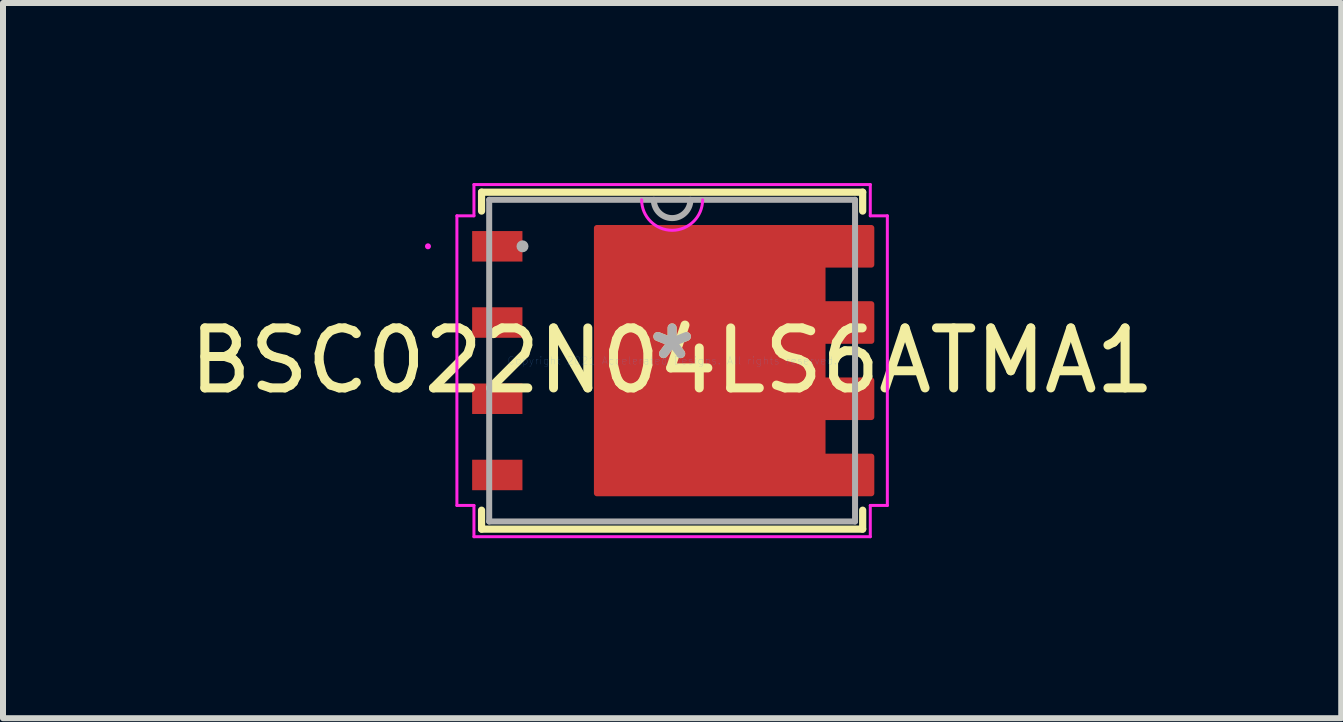
<source format=kicad_pcb>
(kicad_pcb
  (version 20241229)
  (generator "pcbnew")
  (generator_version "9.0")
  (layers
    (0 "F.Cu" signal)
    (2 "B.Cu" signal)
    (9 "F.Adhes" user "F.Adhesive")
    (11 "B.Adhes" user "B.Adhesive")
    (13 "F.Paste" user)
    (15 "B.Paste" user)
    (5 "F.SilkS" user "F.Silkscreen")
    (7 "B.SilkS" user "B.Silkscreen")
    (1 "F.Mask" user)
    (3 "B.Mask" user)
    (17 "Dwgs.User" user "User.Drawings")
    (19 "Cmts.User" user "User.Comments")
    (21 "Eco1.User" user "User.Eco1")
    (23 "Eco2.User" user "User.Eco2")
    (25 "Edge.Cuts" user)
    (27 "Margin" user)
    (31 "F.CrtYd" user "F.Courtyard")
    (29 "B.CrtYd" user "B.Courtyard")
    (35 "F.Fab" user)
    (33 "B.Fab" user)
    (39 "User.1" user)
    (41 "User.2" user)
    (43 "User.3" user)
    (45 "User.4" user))
  (footprint "BSC022N04LS6ATMA1"
    (layer "F.Cu")
    (at 8.149 2.959)
    (property "Reference" "BSC022N04LS6ATMA1" (at 0 0 0) (layer "F.SilkS") (effects (font (size 1 1) (thickness 0.15))))
    (attr through_hole)
    (fp_poly (pts (xy 3.319 -2.21) (xy -1.253 -2.21) (xy -1.253 2.21) (xy 3.319 2.21) (xy 3.319 1.6) (xy 2.506 1.6) (xy 2.506 0.94) (xy 3.319 0.94) (xy 3.319 0.33) (xy 2.506 0.33) (xy 2.506 -0.33) (xy 3.319 -0.33) (xy 3.319 -0.94) (xy 2.506 -0.94) (xy 2.506 -1.6) (xy 3.319 -1.6)) (stroke (width 0.1) (type solid)) (fill yes) (layer "F.Cu"))
    (fp_poly (pts (xy 3.319 -2.21) (xy -1.253 -2.21) (xy -1.253 2.21) (xy 3.319 2.21) (xy 3.319 1.6) (xy 2.506 1.6) (xy 2.506 0.94) (xy 3.319 0.94) (xy 3.319 0.33) (xy 2.506 0.33) (xy 2.506 -0.33) (xy 3.319 -0.33) (xy 3.319 -0.94) (xy 2.506 -0.94) (xy 2.506 -1.6) (xy 3.319 -1.6)) (stroke (width 0.1) (type solid)) (fill yes) (layer "F.Mask"))
    (fp_line (start -3.175 -2.807) (end -3.175 -2.492) (stroke (width 0.12) (type solid)) (layer "F.SilkS"))
    (fp_line (start -3.175 2.492) (end -3.175 2.807) (stroke (width 0.12) (type solid)) (layer "F.SilkS"))
    (fp_line (start -3.175 2.807) (end 3.175 2.807) (stroke (width 0.12) (type solid)) (layer "F.SilkS"))
    (fp_line (start 3.175 -2.807) (end -3.175 -2.807) (stroke (width 0.12) (type solid)) (layer "F.SilkS"))
    (fp_line (start 3.175 -2.492) (end 3.175 -2.807) (stroke (width 0.12) (type solid)) (layer "F.SilkS"))
    (fp_line (start 3.175 2.807) (end 3.175 2.492) (stroke (width 0.12) (type solid)) (layer "F.SilkS"))
    (fp_poly (pts (xy 3.319 -2.21) (xy -1.253 -2.21) (xy -1.253 2.21) (xy 3.319 2.21) (xy 3.319 1.6) (xy 2.506 1.6) (xy 2.506 0.94) (xy 3.319 0.94) (xy 3.319 0.33) (xy 2.506 0.33) (xy 2.506 -0.33) (xy 3.319 -0.33) (xy 3.319 -0.94) (xy 2.506 -0.94) (xy 2.506 -1.6) (xy 3.319 -1.6)) (stroke (width 0.1) (type solid)) (fill yes) (layer "F.Paste"))
    (fp_line (start -3.586 -2.413) (end -3.302 -2.413) (stroke (width 0.05) (type solid)) (layer "F.CrtYd"))
    (fp_line (start -3.586 2.413) (end -3.586 -2.413) (stroke (width 0.05) (type solid)) (layer "F.CrtYd"))
    (fp_line (start -3.302 -2.934) (end 3.302 -2.934) (stroke (width 0.05) (type solid)) (layer "F.CrtYd"))
    (fp_line (start -3.302 -2.413) (end -3.302 -2.934) (stroke (width 0.05) (type solid)) (layer "F.CrtYd"))
    (fp_line (start -3.302 2.413) (end -3.586 2.413) (stroke (width 0.05) (type solid)) (layer "F.CrtYd"))
    (fp_line (start -3.302 2.934) (end -3.302 2.413) (stroke (width 0.05) (type solid)) (layer "F.CrtYd"))
    (fp_line (start 3.302 -2.934) (end 3.302 -2.413) (stroke (width 0.05) (type solid)) (layer "F.CrtYd"))
    (fp_line (start 3.302 -2.413) (end 3.586 -2.413) (stroke (width 0.05) (type solid)) (layer "F.CrtYd"))
    (fp_line (start 3.302 2.413) (end 3.302 2.934) (stroke (width 0.05) (type solid)) (layer "F.CrtYd"))
    (fp_line (start 3.302 2.934) (end -3.302 2.934) (stroke (width 0.05) (type solid)) (layer "F.CrtYd"))
    (fp_line (start 3.586 -2.413) (end 3.586 2.413) (stroke (width 0.05) (type solid)) (layer "F.CrtYd"))
    (fp_line (start 3.586 2.413) (end 3.302 2.413) (stroke (width 0.05) (type solid)) (layer "F.CrtYd"))
    (fp_arc (start 0.508 -2.6797) (mid 0 -2.1717) (end -0.508 -2.6797) (stroke (width 0.05) (type solid)) (layer "F.CrtYd"))
    (fp_circle (center -4.068 -1.905) (end -4.068 -1.905) (stroke (width 0.05) (type solid)) (fill no) (layer "F.CrtYd"))
    (fp_line (start -3.048 -2.68) (end -3.048 2.68) (stroke (width 0.1) (type solid)) (layer "F.Fab"))
    (fp_line (start -3.048 2.68) (end 3.048 2.68) (stroke (width 0.1) (type solid)) (layer "F.Fab"))
    (fp_line (start 3.048 -2.68) (end -3.048 -2.68) (stroke (width 0.1) (type solid)) (layer "F.Fab"))
    (fp_line (start 3.048 2.68) (end 3.048 -2.68) (stroke (width 0.1) (type solid)) (layer "F.Fab"))
    (fp_arc (start 0.3048 -2.6797) (mid 0 -2.3749) (end -0.3048 -2.6797) (stroke (width 0.1) (type solid)) (layer "F.Fab"))
    (fp_circle (center -2.493 -1.905) (end -2.493 -1.905) (stroke (width 0.1) (type solid)) (fill no) (layer "F.Fab"))
    (fp_text user "*" (at 0 0 0) (layer "F.SilkS") (effects (font (size 1 1) (thickness 0.15))))
    (fp_text user "Copyright 2021 Accelerated Designs. All rights reserved." (at 0 0 0) (layer "Cmts.User") (effects (font (size 0.127 0.127) (thickness 0.002))))
    (fp_text user "*" (at 0 0 0) (layer "F.Fab") (effects (font (size 1 1) (thickness 0.15))))
    (pad "1" smd rect (at -2.913 -1.905) (size 0.838 0.508) (layers "F.Cu" "F.Mask" "F.Paste"))
    (pad "2" smd rect (at -2.913 -0.635) (size 0.838 0.508) (layers "F.Cu" "F.Mask" "F.Paste"))
    (pad "3" smd rect (at -2.913 0.635) (size 0.838 0.508) (layers "F.Cu" "F.Mask" "F.Paste"))
    (pad "4" smd rect (at -2.913 1.905) (size 0.838 0.508) (layers "F.Cu" "F.Mask" "F.Paste"))
    (pad "5" smd rect (at 2.913 1.905) (size 0.813 0.61) (layers "F.Cu" "F.Mask" "F.Paste"))
    (pad "6" smd rect (at 2.913 0.635) (size 0.813 0.61) (layers "F.Cu" "F.Mask" "F.Paste"))
    (pad "7" smd rect (at 2.913 -0.635) (size 0.813 0.61) (layers "F.Cu" "F.Mask" "F.Paste"))
    (pad "8" smd rect (at 2.913 -1.905) (size 0.813 0.61) (layers "F.Cu" "F.Mask" "F.Paste")))
  (gr_rect
    (start -3 -3)
    (end 19.298 8.917)
    (stroke (width 0.1) (type default))
    (fill no)
    (layer "Edge.Cuts")))
</source>
